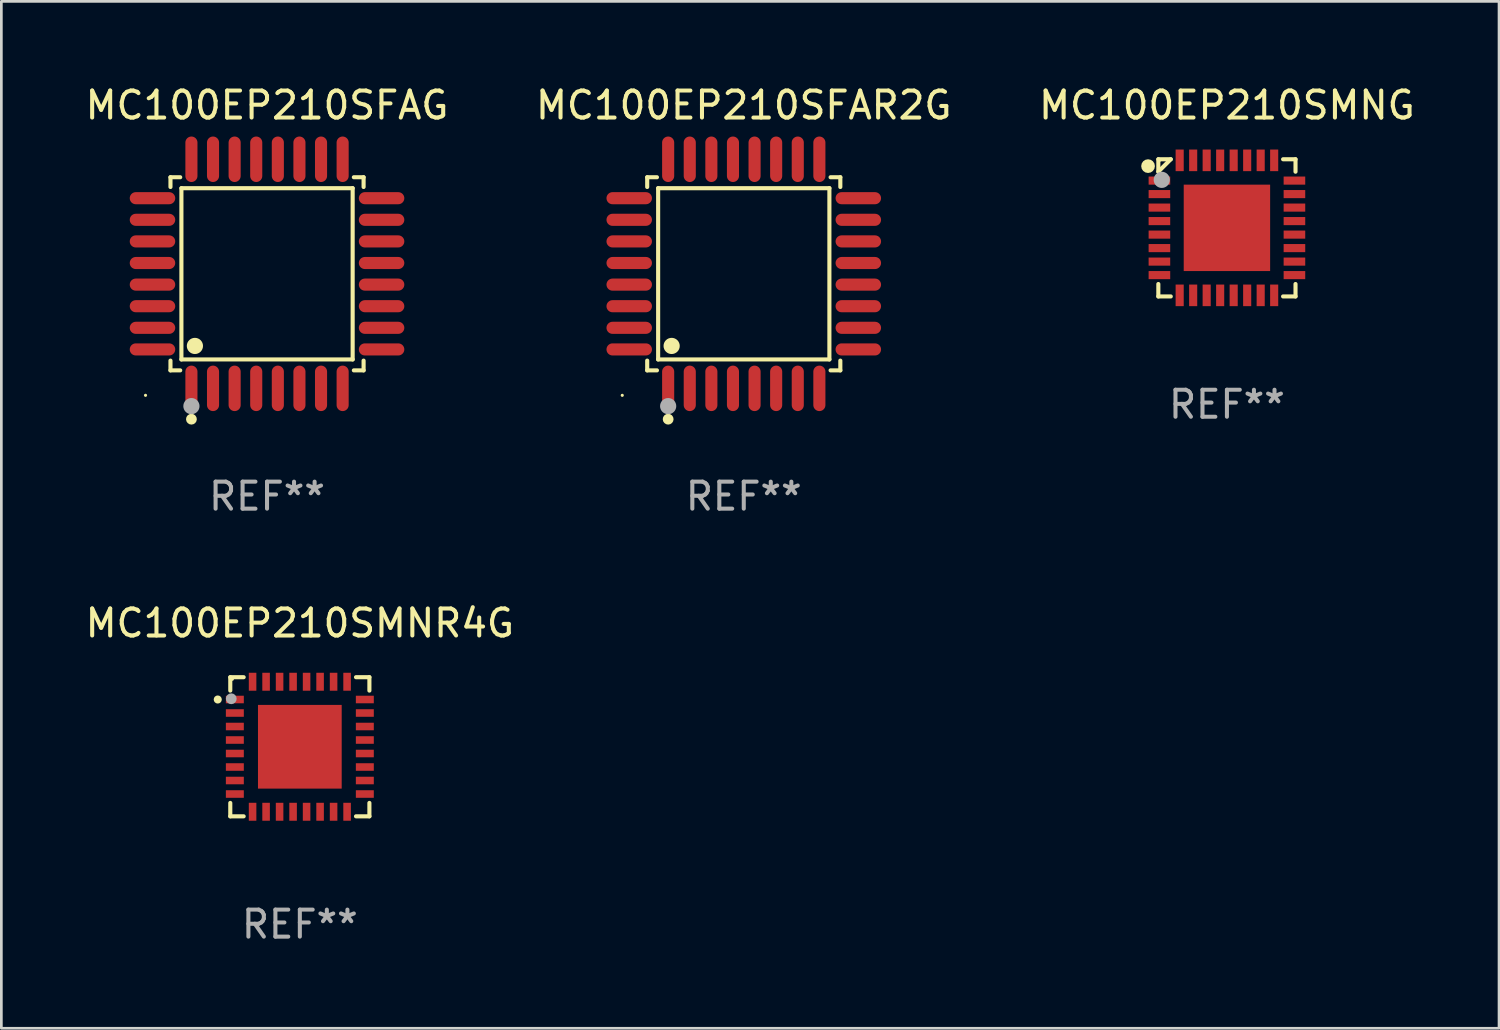
<source format=kicad_pcb>
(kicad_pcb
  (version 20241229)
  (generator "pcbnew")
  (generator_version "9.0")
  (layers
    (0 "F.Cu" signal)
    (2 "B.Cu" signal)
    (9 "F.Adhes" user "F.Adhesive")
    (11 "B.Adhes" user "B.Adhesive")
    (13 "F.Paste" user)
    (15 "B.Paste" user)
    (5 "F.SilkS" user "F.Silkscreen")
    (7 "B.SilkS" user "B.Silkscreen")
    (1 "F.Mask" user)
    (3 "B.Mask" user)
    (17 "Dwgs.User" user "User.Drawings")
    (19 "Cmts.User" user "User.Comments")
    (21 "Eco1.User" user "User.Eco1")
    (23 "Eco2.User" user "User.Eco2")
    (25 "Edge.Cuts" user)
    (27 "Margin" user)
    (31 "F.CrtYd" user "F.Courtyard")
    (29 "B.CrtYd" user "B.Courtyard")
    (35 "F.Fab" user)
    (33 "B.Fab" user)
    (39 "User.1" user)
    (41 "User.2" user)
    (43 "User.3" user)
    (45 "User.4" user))
  (footprint "MC100EP210SMNR4G"
    (layer "F.Cu")
    (at 8.054 24.605)
    (property "Reference" "MC100EP210SMNR4G" (at 0 -4.576 0) (layer "F.SilkS") (effects (font (size 1 1) (thickness 0.15))))
    (attr through_hole)
    (fp_line (start -2.576 -2.576) (end -2.576 -2.08) (stroke (width 0.152) (type solid)) (layer "F.SilkS"))
    (fp_line (start -2.576 2.576) (end -2.576 2.08) (stroke (width 0.152) (type solid)) (layer "F.SilkS"))
    (fp_line (start -2.08 -2.576) (end -2.576 -2.576) (stroke (width 0.152) (type solid)) (layer "F.SilkS"))
    (fp_line (start -2.08 2.576) (end -2.576 2.576) (stroke (width 0.152) (type solid)) (layer "F.SilkS"))
    (fp_line (start 2.08 -2.576) (end 2.576 -2.576) (stroke (width 0.152) (type solid)) (layer "F.SilkS"))
    (fp_line (start 2.08 2.576) (end 2.576 2.576) (stroke (width 0.152) (type solid)) (layer "F.SilkS"))
    (fp_line (start 2.576 -2.576) (end 2.576 -2.08) (stroke (width 0.152) (type solid)) (layer "F.SilkS"))
    (fp_line (start 2.576 2.576) (end 2.576 2.08) (stroke (width 0.152) (type solid)) (layer "F.SilkS"))
    (fp_circle (center -3.04 -1.75) (end -2.965 -1.75) (stroke (width 0.15) (type solid)) (fill no) (layer "F.SilkS"))
    (fp_circle (center -2.5 -2.5) (end -2.47 -2.5) (stroke (width 0.06) (type solid)) (fill no) (layer "F.SilkS"))
    (fp_circle (center -2.54 -1.778) (end -2.44 -1.778) (stroke (width 0.2) (type solid)) (fill no) (layer "F.Fab"))
    (fp_text user "REF**" (at 0 6.576 0) (layer "F.Fab") (effects (font (size 1 1) (thickness 0.15))))
    (pad "1" smd rect (at -2.407 -1.75) (size 0.665 0.28) (layers "F.Cu" "F.Mask" "F.Paste"))
    (pad "2" smd rect (at -2.407 -1.25) (size 0.665 0.28) (layers "F.Cu" "F.Mask" "F.Paste"))
    (pad "3" smd rect (at -2.407 -0.75) (size 0.665 0.28) (layers "F.Cu" "F.Mask" "F.Paste"))
    (pad "4" smd rect (at -2.407 -0.25) (size 0.665 0.28) (layers "F.Cu" "F.Mask" "F.Paste"))
    (pad "5" smd rect (at -2.407 0.25) (size 0.665 0.28) (layers "F.Cu" "F.Mask" "F.Paste"))
    (pad "6" smd rect (at -2.407 0.75) (size 0.665 0.28) (layers "F.Cu" "F.Mask" "F.Paste"))
    (pad "7" smd rect (at -2.407 1.25) (size 0.665 0.28) (layers "F.Cu" "F.Mask" "F.Paste"))
    (pad "8" smd rect (at -2.407 1.75) (size 0.665 0.28) (layers "F.Cu" "F.Mask" "F.Paste"))
    (pad "9" smd rect (at -1.75 2.407) (size 0.28 0.665) (layers "F.Cu" "F.Mask" "F.Paste"))
    (pad "10" smd rect (at -1.25 2.407) (size 0.28 0.665) (layers "F.Cu" "F.Mask" "F.Paste"))
    (pad "11" smd rect (at -0.75 2.407) (size 0.28 0.665) (layers "F.Cu" "F.Mask" "F.Paste"))
    (pad "12" smd rect (at -0.25 2.407) (size 0.28 0.665) (layers "F.Cu" "F.Mask" "F.Paste"))
    (pad "13" smd rect (at 0.25 2.407) (size 0.28 0.665) (layers "F.Cu" "F.Mask" "F.Paste"))
    (pad "14" smd rect (at 0.75 2.407) (size 0.28 0.665) (layers "F.Cu" "F.Mask" "F.Paste"))
    (pad "15" smd rect (at 1.25 2.407) (size 0.28 0.665) (layers "F.Cu" "F.Mask" "F.Paste"))
    (pad "16" smd rect (at 1.75 2.407) (size 0.28 0.665) (layers "F.Cu" "F.Mask" "F.Paste"))
    (pad "17" smd rect (at 2.407 1.75) (size 0.665 0.28) (layers "F.Cu" "F.Mask" "F.Paste"))
    (pad "18" smd rect (at 2.407 1.25) (size 0.665 0.28) (layers "F.Cu" "F.Mask" "F.Paste"))
    (pad "19" smd rect (at 2.407 0.75) (size 0.665 0.28) (layers "F.Cu" "F.Mask" "F.Paste"))
    (pad "20" smd rect (at 2.407 0.25) (size 0.665 0.28) (layers "F.Cu" "F.Mask" "F.Paste"))
    (pad "21" smd rect (at 2.407 -0.25) (size 0.665 0.28) (layers "F.Cu" "F.Mask" "F.Paste"))
    (pad "22" smd rect (at 2.407 -0.75) (size 0.665 0.28) (layers "F.Cu" "F.Mask" "F.Paste"))
    (pad "23" smd rect (at 2.407 -1.25) (size 0.665 0.28) (layers "F.Cu" "F.Mask" "F.Paste"))
    (pad "24" smd rect (at 2.407 -1.75) (size 0.665 0.28) (layers "F.Cu" "F.Mask" "F.Paste"))
    (pad "25" smd rect (at 1.75 -2.408) (size 0.28 0.665) (layers "F.Cu" "F.Mask" "F.Paste"))
    (pad "26" smd rect (at 1.25 -2.408) (size 0.28 0.665) (layers "F.Cu" "F.Mask" "F.Paste"))
    (pad "27" smd rect (at 0.75 -2.408) (size 0.28 0.665) (layers "F.Cu" "F.Mask" "F.Paste"))
    (pad "28" smd rect (at 0.25 -2.408) (size 0.28 0.665) (layers "F.Cu" "F.Mask" "F.Paste"))
    (pad "29" smd rect (at -0.25 -2.408) (size 0.28 0.665) (layers "F.Cu" "F.Mask" "F.Paste"))
    (pad "30" smd rect (at -0.75 -2.408) (size 0.28 0.665) (layers "F.Cu" "F.Mask" "F.Paste"))
    (pad "31" smd rect (at -1.25 -2.408) (size 0.28 0.665) (layers "F.Cu" "F.Mask" "F.Paste"))
    (pad "32" smd rect (at -1.75 -2.408) (size 0.28 0.665) (layers "F.Cu" "F.Mask" "F.Paste"))
    (pad "33" smd rect (at -0.000076 -0.000102) (size 3.1 3.1) (layers "F.Cu" "F.Mask" "F.Paste")))
  (footprint "MC100EP210SFAR2G"
    (layer "F.Cu")
    (at 24.494 7.09)
    (property "Reference" "MC100EP210SFAR2G" (at 0 -6.242 0) (layer "F.SilkS") (effects (font (size 1 1) (thickness 0.15))))
    (attr through_hole)
    (fp_line (start -3.576 -3.576) (end -3.215 -3.576) (stroke (width 0.152) (type solid)) (layer "F.SilkS"))
    (fp_line (start -3.576 -3.215) (end -3.576 -3.576) (stroke (width 0.152) (type solid)) (layer "F.SilkS"))
    (fp_line (start -3.576 3.215) (end -3.576 3.576) (stroke (width 0.152) (type solid)) (layer "F.SilkS"))
    (fp_line (start -3.576 3.576) (end -3.215 3.576) (stroke (width 0.152) (type solid)) (layer "F.SilkS"))
    (fp_line (start -3.171 -3.171) (end 3.171 -3.171) (stroke (width 0.152) (type solid)) (layer "F.SilkS"))
    (fp_line (start -3.171 3.171) (end -3.171 -3.171) (stroke (width 0.152) (type solid)) (layer "F.SilkS"))
    (fp_line (start 3.171 -3.171) (end 3.171 3.171) (stroke (width 0.152) (type solid)) (layer "F.SilkS"))
    (fp_line (start 3.171 3.171) (end -3.171 3.171) (stroke (width 0.152) (type solid)) (layer "F.SilkS"))
    (fp_line (start 3.576 -3.576) (end 3.215 -3.576) (stroke (width 0.152) (type solid)) (layer "F.SilkS"))
    (fp_line (start 3.576 -3.215) (end 3.576 -3.576) (stroke (width 0.152) (type solid)) (layer "F.SilkS"))
    (fp_line (start 3.576 3.215) (end 3.576 3.576) (stroke (width 0.152) (type solid)) (layer "F.SilkS"))
    (fp_line (start 3.576 3.576) (end 3.215 3.576) (stroke (width 0.152) (type solid)) (layer "F.SilkS"))
    (fp_circle (center -4.5 4.5) (end -4.47 4.5) (stroke (width 0.06) (type solid)) (fill no) (layer "F.SilkS"))
    (fp_circle (center -2.8 5.384) (end -2.7 5.384) (stroke (width 0.2) (type solid)) (fill no) (layer "F.SilkS"))
    (fp_circle (center -2.671 2.671) (end -2.521 2.671) (stroke (width 0.3) (type solid)) (fill no) (layer "F.SilkS"))
    (fp_circle (center -2.8 4.9) (end -2.65 4.9) (stroke (width 0.3) (type solid)) (fill no) (layer "F.Fab"))
    (fp_text user "REF**" (at 0 8.242 0) (layer "F.Fab") (effects (font (size 1 1) (thickness 0.15))))
    (pad "1" smd oval (at -2.8 4.242) (size 0.448 1.684) (layers "F.Cu" "F.Mask" "F.Paste"))
    (pad "2" smd oval (at -2 4.242) (size 0.448 1.684) (layers "F.Cu" "F.Mask" "F.Paste"))
    (pad "3" smd oval (at -1.2 4.242) (size 0.448 1.684) (layers "F.Cu" "F.Mask" "F.Paste"))
    (pad "4" smd oval (at -0.4 4.242) (size 0.448 1.684) (layers "F.Cu" "F.Mask" "F.Paste"))
    (pad "5" smd oval (at 0.4 4.242) (size 0.448 1.684) (layers "F.Cu" "F.Mask" "F.Paste"))
    (pad "6" smd oval (at 1.2 4.242) (size 0.448 1.684) (layers "F.Cu" "F.Mask" "F.Paste"))
    (pad "7" smd oval (at 2 4.242) (size 0.448 1.684) (layers "F.Cu" "F.Mask" "F.Paste"))
    (pad "8" smd oval (at 2.8 4.242) (size 0.448 1.684) (layers "F.Cu" "F.Mask" "F.Paste"))
    (pad "9" smd oval (at 4.242 2.8) (size 1.684 0.448) (layers "F.Cu" "F.Mask" "F.Paste"))
    (pad "10" smd oval (at 4.242 2) (size 1.684 0.448) (layers "F.Cu" "F.Mask" "F.Paste"))
    (pad "11" smd oval (at 4.242 1.2) (size 1.684 0.448) (layers "F.Cu" "F.Mask" "F.Paste"))
    (pad "12" smd oval (at 4.242 0.4) (size 1.684 0.448) (layers "F.Cu" "F.Mask" "F.Paste"))
    (pad "13" smd oval (at 4.242 -0.4) (size 1.684 0.448) (layers "F.Cu" "F.Mask" "F.Paste"))
    (pad "14" smd oval (at 4.242 -1.2) (size 1.684 0.448) (layers "F.Cu" "F.Mask" "F.Paste"))
    (pad "15" smd oval (at 4.242 -2) (size 1.684 0.448) (layers "F.Cu" "F.Mask" "F.Paste"))
    (pad "16" smd oval (at 4.242 -2.8) (size 1.684 0.448) (layers "F.Cu" "F.Mask" "F.Paste"))
    (pad "17" smd oval (at 2.8 -4.242) (size 0.448 1.684) (layers "F.Cu" "F.Mask" "F.Paste"))
    (pad "18" smd oval (at 2 -4.242) (size 0.448 1.684) (layers "F.Cu" "F.Mask" "F.Paste"))
    (pad "19" smd oval (at 1.2 -4.242) (size 0.448 1.684) (layers "F.Cu" "F.Mask" "F.Paste"))
    (pad "20" smd oval (at 0.4 -4.242) (size 0.448 1.684) (layers "F.Cu" "F.Mask" "F.Paste"))
    (pad "21" smd oval (at -0.4 -4.242) (size 0.448 1.684) (layers "F.Cu" "F.Mask" "F.Paste"))
    (pad "22" smd oval (at -1.2 -4.242) (size 0.448 1.684) (layers "F.Cu" "F.Mask" "F.Paste"))
    (pad "23" smd oval (at -2 -4.242) (size 0.448 1.684) (layers "F.Cu" "F.Mask" "F.Paste"))
    (pad "24" smd oval (at -2.8 -4.242) (size 0.448 1.684) (layers "F.Cu" "F.Mask" "F.Paste"))
    (pad "25" smd oval (at -4.242 -2.8) (size 1.684 0.448) (layers "F.Cu" "F.Mask" "F.Paste"))
    (pad "26" smd oval (at -4.242 -2) (size 1.684 0.448) (layers "F.Cu" "F.Mask" "F.Paste"))
    (pad "27" smd oval (at -4.242 -1.2) (size 1.684 0.448) (layers "F.Cu" "F.Mask" "F.Paste"))
    (pad "28" smd oval (at -4.242 -0.4) (size 1.684 0.448) (layers "F.Cu" "F.Mask" "F.Paste"))
    (pad "29" smd oval (at -4.242 0.4) (size 1.684 0.448) (layers "F.Cu" "F.Mask" "F.Paste"))
    (pad "30" smd oval (at -4.242 1.2) (size 1.684 0.448) (layers "F.Cu" "F.Mask" "F.Paste"))
    (pad "31" smd oval (at -4.242 2) (size 1.684 0.448) (layers "F.Cu" "F.Mask" "F.Paste"))
    (pad "32" smd oval (at -4.242 2.8) (size 1.684 0.448) (layers "F.Cu" "F.Mask" "F.Paste")))
  (footprint "MC100EP210SFAG"
    (layer "F.Cu")
    (at 6.839 7.09)
    (property "Reference" "MC100EP210SFAG" (at 0 -6.242 0) (layer "F.SilkS") (effects (font (size 1 1) (thickness 0.15))))
    (attr through_hole)
    (fp_line (start -3.576 -3.576) (end -3.215 -3.576) (stroke (width 0.152) (type solid)) (layer "F.SilkS"))
    (fp_line (start -3.576 -3.215) (end -3.576 -3.576) (stroke (width 0.152) (type solid)) (layer "F.SilkS"))
    (fp_line (start -3.576 3.215) (end -3.576 3.576) (stroke (width 0.152) (type solid)) (layer "F.SilkS"))
    (fp_line (start -3.576 3.576) (end -3.215 3.576) (stroke (width 0.152) (type solid)) (layer "F.SilkS"))
    (fp_line (start -3.171 -3.171) (end 3.171 -3.171) (stroke (width 0.152) (type solid)) (layer "F.SilkS"))
    (fp_line (start -3.171 3.171) (end -3.171 -3.171) (stroke (width 0.152) (type solid)) (layer "F.SilkS"))
    (fp_line (start 3.171 -3.171) (end 3.171 3.171) (stroke (width 0.152) (type solid)) (layer "F.SilkS"))
    (fp_line (start 3.171 3.171) (end -3.171 3.171) (stroke (width 0.152) (type solid)) (layer "F.SilkS"))
    (fp_line (start 3.576 -3.576) (end 3.215 -3.576) (stroke (width 0.152) (type solid)) (layer "F.SilkS"))
    (fp_line (start 3.576 -3.215) (end 3.576 -3.576) (stroke (width 0.152) (type solid)) (layer "F.SilkS"))
    (fp_line (start 3.576 3.215) (end 3.576 3.576) (stroke (width 0.152) (type solid)) (layer "F.SilkS"))
    (fp_line (start 3.576 3.576) (end 3.215 3.576) (stroke (width 0.152) (type solid)) (layer "F.SilkS"))
    (fp_circle (center -4.5 4.5) (end -4.47 4.5) (stroke (width 0.06) (type solid)) (fill no) (layer "F.SilkS"))
    (fp_circle (center -2.8 5.384) (end -2.7 5.384) (stroke (width 0.2) (type solid)) (fill no) (layer "F.SilkS"))
    (fp_circle (center -2.671 2.671) (end -2.521 2.671) (stroke (width 0.3) (type solid)) (fill no) (layer "F.SilkS"))
    (fp_circle (center -2.8 4.9) (end -2.65 4.9) (stroke (width 0.3) (type solid)) (fill no) (layer "F.Fab"))
    (fp_text user "REF**" (at 0 8.242 0) (layer "F.Fab") (effects (font (size 1 1) (thickness 0.15))))
    (pad "1" smd oval (at -2.8 4.242) (size 0.448 1.684) (layers "F.Cu" "F.Mask" "F.Paste"))
    (pad "2" smd oval (at -2 4.242) (size 0.448 1.684) (layers "F.Cu" "F.Mask" "F.Paste"))
    (pad "3" smd oval (at -1.2 4.242) (size 0.448 1.684) (layers "F.Cu" "F.Mask" "F.Paste"))
    (pad "4" smd oval (at -0.4 4.242) (size 0.448 1.684) (layers "F.Cu" "F.Mask" "F.Paste"))
    (pad "5" smd oval (at 0.4 4.242) (size 0.448 1.684) (layers "F.Cu" "F.Mask" "F.Paste"))
    (pad "6" smd oval (at 1.2 4.242) (size 0.448 1.684) (layers "F.Cu" "F.Mask" "F.Paste"))
    (pad "7" smd oval (at 2 4.242) (size 0.448 1.684) (layers "F.Cu" "F.Mask" "F.Paste"))
    (pad "8" smd oval (at 2.8 4.242) (size 0.448 1.684) (layers "F.Cu" "F.Mask" "F.Paste"))
    (pad "9" smd oval (at 4.242 2.8) (size 1.684 0.448) (layers "F.Cu" "F.Mask" "F.Paste"))
    (pad "10" smd oval (at 4.242 2) (size 1.684 0.448) (layers "F.Cu" "F.Mask" "F.Paste"))
    (pad "11" smd oval (at 4.242 1.2) (size 1.684 0.448) (layers "F.Cu" "F.Mask" "F.Paste"))
    (pad "12" smd oval (at 4.242 0.4) (size 1.684 0.448) (layers "F.Cu" "F.Mask" "F.Paste"))
    (pad "13" smd oval (at 4.242 -0.4) (size 1.684 0.448) (layers "F.Cu" "F.Mask" "F.Paste"))
    (pad "14" smd oval (at 4.242 -1.2) (size 1.684 0.448) (layers "F.Cu" "F.Mask" "F.Paste"))
    (pad "15" smd oval (at 4.242 -2) (size 1.684 0.448) (layers "F.Cu" "F.Mask" "F.Paste"))
    (pad "16" smd oval (at 4.242 -2.8) (size 1.684 0.448) (layers "F.Cu" "F.Mask" "F.Paste"))
    (pad "17" smd oval (at 2.8 -4.242) (size 0.448 1.684) (layers "F.Cu" "F.Mask" "F.Paste"))
    (pad "18" smd oval (at 2 -4.242) (size 0.448 1.684) (layers "F.Cu" "F.Mask" "F.Paste"))
    (pad "19" smd oval (at 1.2 -4.242) (size 0.448 1.684) (layers "F.Cu" "F.Mask" "F.Paste"))
    (pad "20" smd oval (at 0.4 -4.242) (size 0.448 1.684) (layers "F.Cu" "F.Mask" "F.Paste"))
    (pad "21" smd oval (at -0.4 -4.242) (size 0.448 1.684) (layers "F.Cu" "F.Mask" "F.Paste"))
    (pad "22" smd oval (at -1.2 -4.242) (size 0.448 1.684) (layers "F.Cu" "F.Mask" "F.Paste"))
    (pad "23" smd oval (at -2 -4.242) (size 0.448 1.684) (layers "F.Cu" "F.Mask" "F.Paste"))
    (pad "24" smd oval (at -2.8 -4.242) (size 0.448 1.684) (layers "F.Cu" "F.Mask" "F.Paste"))
    (pad "25" smd oval (at -4.242 -2.8) (size 1.684 0.448) (layers "F.Cu" "F.Mask" "F.Paste"))
    (pad "26" smd oval (at -4.242 -2) (size 1.684 0.448) (layers "F.Cu" "F.Mask" "F.Paste"))
    (pad "27" smd oval (at -4.242 -1.2) (size 1.684 0.448) (layers "F.Cu" "F.Mask" "F.Paste"))
    (pad "28" smd oval (at -4.242 -0.4) (size 1.684 0.448) (layers "F.Cu" "F.Mask" "F.Paste"))
    (pad "29" smd oval (at -4.242 0.4) (size 1.684 0.448) (layers "F.Cu" "F.Mask" "F.Paste"))
    (pad "30" smd oval (at -4.242 1.2) (size 1.684 0.448) (layers "F.Cu" "F.Mask" "F.Paste"))
    (pad "31" smd oval (at -4.242 2) (size 1.684 0.448) (layers "F.Cu" "F.Mask" "F.Paste"))
    (pad "32" smd oval (at -4.242 2.8) (size 1.684 0.448) (layers "F.Cu" "F.Mask" "F.Paste")))
  (footprint "MC100EP210SMNG"
    (layer "F.Cu")
    (at 42.387 5.388)
    (property "Reference" "MC100EP210SMNG" (at 0 -4.54 0) (layer "F.SilkS") (effects (font (size 1 1) (thickness 0.15))))
    (attr through_hole)
    (fp_line (start -2.54 -2.54) (end -2.08 -2.54) (stroke (width 0.152) (type solid)) (layer "F.SilkS"))
    (fp_line (start -2.54 -2.08) (end -2.54 -2.54) (stroke (width 0.152) (type solid)) (layer "F.SilkS"))
    (fp_line (start -2.54 -2.08) (end -2.08 -2.54) (stroke (width 0.152) (type solid)) (layer "F.SilkS"))
    (fp_line (start -2.54 2.54) (end -2.54 2.08) (stroke (width 0.152) (type solid)) (layer "F.SilkS"))
    (fp_line (start -2.08 2.54) (end -2.54 2.54) (stroke (width 0.152) (type solid)) (layer "F.SilkS"))
    (fp_line (start 2.08 -2.54) (end 2.54 -2.54) (stroke (width 0.152) (type solid)) (layer "F.SilkS"))
    (fp_line (start 2.54 -2.54) (end 2.54 -2.08) (stroke (width 0.152) (type solid)) (layer "F.SilkS"))
    (fp_line (start 2.54 2.08) (end 2.54 2.54) (stroke (width 0.152) (type solid)) (layer "F.SilkS"))
    (fp_line (start 2.54 2.54) (end 2.08 2.54) (stroke (width 0.152) (type solid)) (layer "F.SilkS"))
    (fp_circle (center -2.921 -2.286) (end -2.794 -2.286) (stroke (width 0.254) (type solid)) (fill no) (layer "F.SilkS"))
    (fp_circle (center -2.5 -2.5) (end -2.47 -2.5) (stroke (width 0.06) (type solid)) (fill no) (layer "F.SilkS"))
    (fp_circle (center -2.413 -1.778) (end -2.263 -1.778) (stroke (width 0.3) (type solid)) (fill no) (layer "F.Fab"))
    (fp_text user "REF**" (at 0 6.54 0) (layer "F.Fab") (effects (font (size 1 1) (thickness 0.15))))
    (pad "1" smd rect (at -2.5 -1.75 90) (size 0.3 0.8) (layers "F.Cu" "F.Mask" "F.Paste"))
    (pad "2" smd rect (at -2.5 -1.25 90) (size 0.3 0.8) (layers "F.Cu" "F.Mask" "F.Paste"))
    (pad "3" smd rect (at -2.5 -0.75 90) (size 0.3 0.8) (layers "F.Cu" "F.Mask" "F.Paste"))
    (pad "4" smd rect (at -2.5 -0.25 90) (size 0.3 0.8) (layers "F.Cu" "F.Mask" "F.Paste"))
    (pad "5" smd rect (at -2.5 0.25 90) (size 0.3 0.8) (layers "F.Cu" "F.Mask" "F.Paste"))
    (pad "6" smd rect (at -2.5 0.75 90) (size 0.3 0.8) (layers "F.Cu" "F.Mask" "F.Paste"))
    (pad "7" smd rect (at -2.5 1.25 90) (size 0.3 0.8) (layers "F.Cu" "F.Mask" "F.Paste"))
    (pad "8" smd rect (at -2.5 1.75 90) (size 0.3 0.8) (layers "F.Cu" "F.Mask" "F.Paste"))
    (pad "9" smd rect (at -1.75 2.5 180) (size 0.3 0.8) (layers "F.Cu" "F.Mask" "F.Paste"))
    (pad "10" smd rect (at -1.25 2.5 180) (size 0.3 0.8) (layers "F.Cu" "F.Mask" "F.Paste"))
    (pad "11" smd rect (at -0.75 2.5 180) (size 0.3 0.8) (layers "F.Cu" "F.Mask" "F.Paste"))
    (pad "12" smd rect (at -0.25 2.5 180) (size 0.3 0.8) (layers "F.Cu" "F.Mask" "F.Paste"))
    (pad "13" smd rect (at 0.25 2.5 180) (size 0.3 0.8) (layers "F.Cu" "F.Mask" "F.Paste"))
    (pad "14" smd rect (at 0.75 2.5 180) (size 0.3 0.8) (layers "F.Cu" "F.Mask" "F.Paste"))
    (pad "15" smd rect (at 1.25 2.5 180) (size 0.3 0.8) (layers "F.Cu" "F.Mask" "F.Paste"))
    (pad "16" smd rect (at 1.75 2.5 180) (size 0.3 0.8) (layers "F.Cu" "F.Mask" "F.Paste"))
    (pad "17" smd rect (at 2.5 1.75 270) (size 0.3 0.8) (layers "F.Cu" "F.Mask" "F.Paste"))
    (pad "18" smd rect (at 2.5 1.25 270) (size 0.3 0.8) (layers "F.Cu" "F.Mask" "F.Paste"))
    (pad "19" smd rect (at 2.5 0.75 270) (size 0.3 0.8) (layers "F.Cu" "F.Mask" "F.Paste"))
    (pad "20" smd rect (at 2.5 0.25 270) (size 0.3 0.8) (layers "F.Cu" "F.Mask" "F.Paste"))
    (pad "21" smd rect (at 2.5 -0.25 270) (size 0.3 0.8) (layers "F.Cu" "F.Mask" "F.Paste"))
    (pad "22" smd rect (at 2.5 -0.75 270) (size 0.3 0.8) (layers "F.Cu" "F.Mask" "F.Paste"))
    (pad "23" smd rect (at 2.5 -1.25 270) (size 0.3 0.8) (layers "F.Cu" "F.Mask" "F.Paste"))
    (pad "24" smd rect (at 2.5 -1.75 270) (size 0.3 0.8) (layers "F.Cu" "F.Mask" "F.Paste"))
    (pad "25" smd rect (at 1.75 -2.5) (size 0.3 0.8) (layers "F.Cu" "F.Mask" "F.Paste"))
    (pad "26" smd rect (at 1.25 -2.5) (size 0.3 0.8) (layers "F.Cu" "F.Mask" "F.Paste"))
    (pad "27" smd rect (at 0.75 -2.5) (size 0.3 0.8) (layers "F.Cu" "F.Mask" "F.Paste"))
    (pad "28" smd rect (at 0.25 -2.5) (size 0.3 0.8) (layers "F.Cu" "F.Mask" "F.Paste"))
    (pad "29" smd rect (at -0.25 -2.5) (size 0.3 0.8) (layers "F.Cu" "F.Mask" "F.Paste"))
    (pad "30" smd rect (at -0.75 -2.5) (size 0.3 0.8) (layers "F.Cu" "F.Mask" "F.Paste"))
    (pad "31" smd rect (at -1.25 -2.5) (size 0.3 0.8) (layers "F.Cu" "F.Mask" "F.Paste"))
    (pad "32" smd rect (at -1.75 -2.5) (size 0.3 0.8) (layers "F.Cu" "F.Mask" "F.Paste"))
    (pad "33" smd rect (at 0 0 90) (size 3.2 3.2) (layers "F.Cu" "F.Mask" "F.Paste")))
  (gr_rect
    (start -3 -3)
    (end 52.464 35.03)
    (stroke (width 0.1) (type default))
    (fill no)
    (layer "Edge.Cuts")))
</source>
